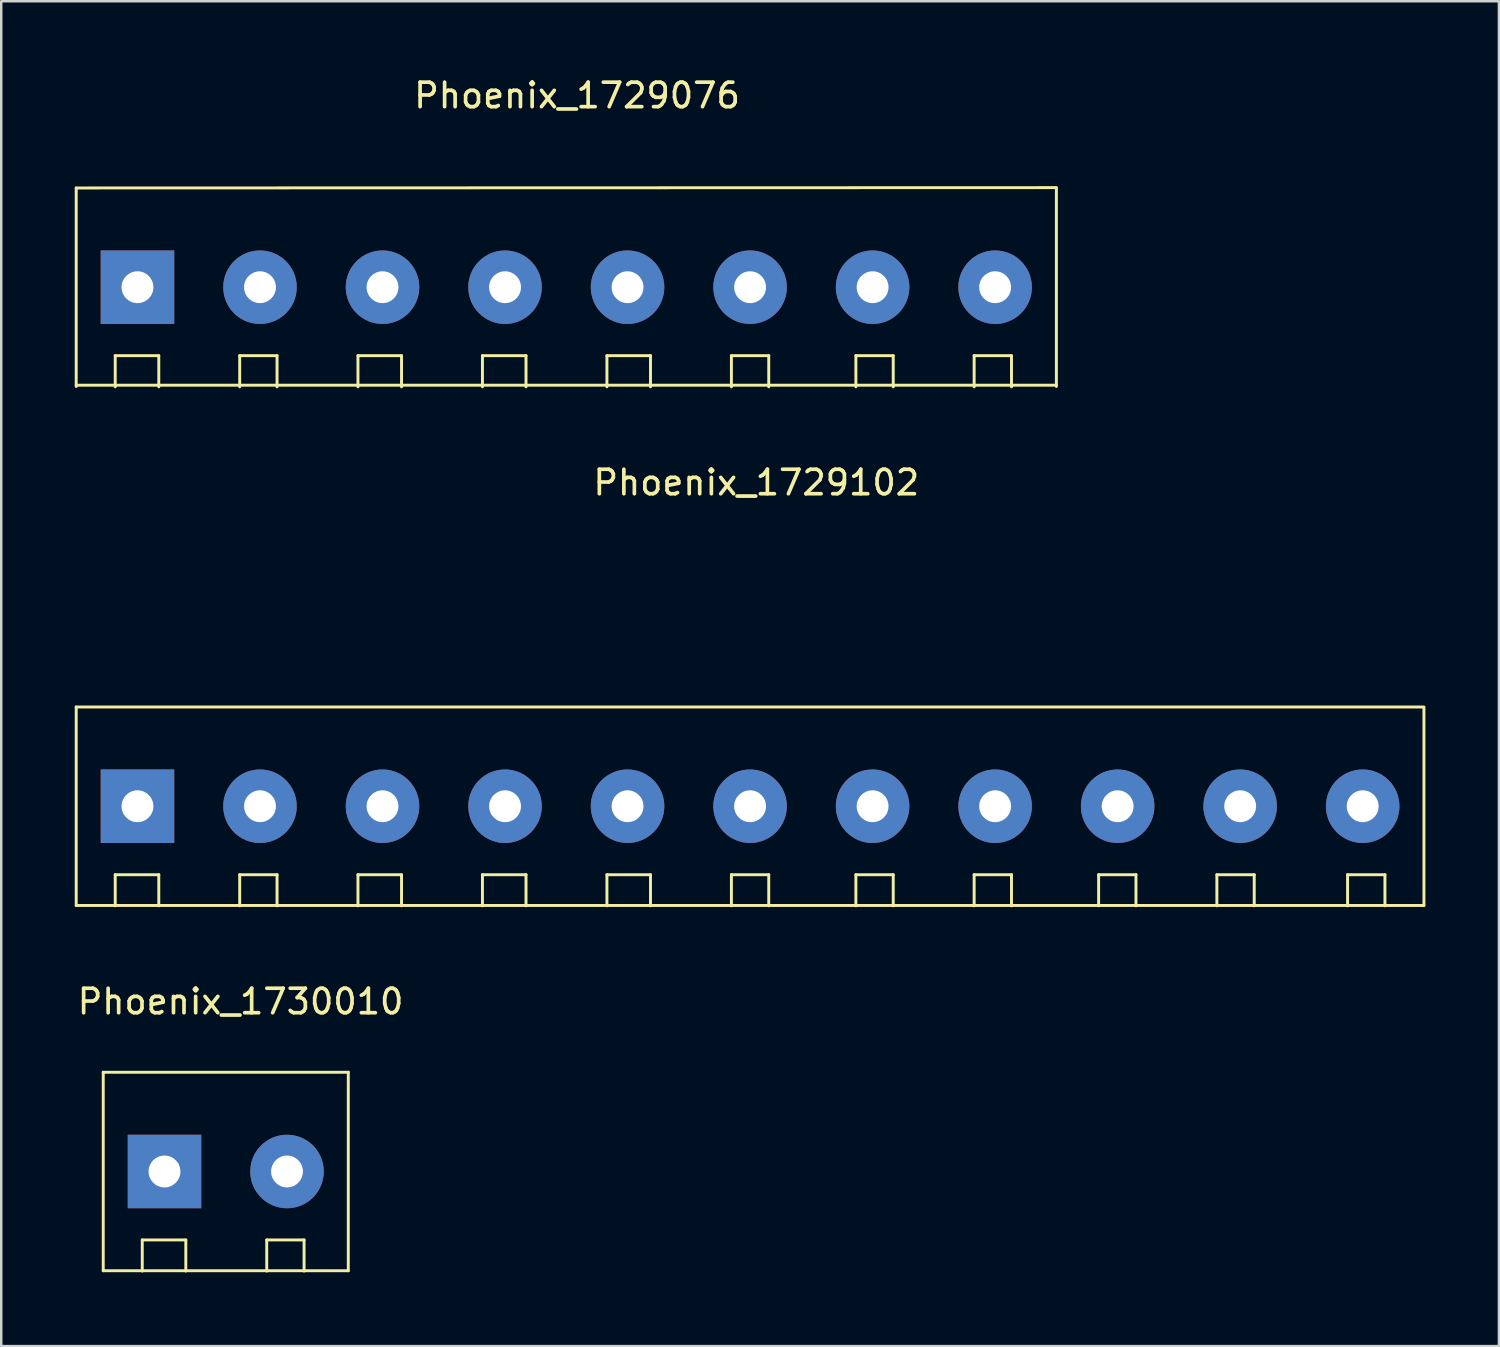
<source format=kicad_pcb>
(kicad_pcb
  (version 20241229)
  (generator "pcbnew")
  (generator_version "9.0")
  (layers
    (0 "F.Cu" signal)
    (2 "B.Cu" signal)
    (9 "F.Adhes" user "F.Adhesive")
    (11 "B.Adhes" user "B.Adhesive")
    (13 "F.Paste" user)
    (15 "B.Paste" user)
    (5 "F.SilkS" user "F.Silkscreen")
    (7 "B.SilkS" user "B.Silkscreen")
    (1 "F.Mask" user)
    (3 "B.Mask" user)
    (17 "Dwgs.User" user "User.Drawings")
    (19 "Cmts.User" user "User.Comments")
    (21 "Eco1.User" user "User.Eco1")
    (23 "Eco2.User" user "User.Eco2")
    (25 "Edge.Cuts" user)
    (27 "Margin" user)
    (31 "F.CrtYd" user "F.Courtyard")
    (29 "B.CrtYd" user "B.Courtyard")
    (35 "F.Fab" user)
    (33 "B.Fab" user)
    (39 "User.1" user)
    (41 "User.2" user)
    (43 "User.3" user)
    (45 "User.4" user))
  (footprint "Phoenix_1729076"
    (layer "F.Cu")
    (at 27.56 8.671)
    (property "Reference" "Phoenix_1729076" (at -7.061 -7.823 0) (layer "F.SilkS") (effects (font (size 1 1) (thickness 0.15))))
    (attr through_hole)
    (fp_line (start -27.5 -4.05) (end 12.497 -4.064) (stroke (width 0.12) (type solid)) (layer "F.SilkS"))
    (fp_line (start -27.5 4) (end 12.5 4) (stroke (width 0.12) (type solid)) (layer "F.SilkS"))
    (fp_line (start -27.5 4.05) (end -27.5 -4.05) (stroke (width 0.12) (type solid)) (layer "F.SilkS"))
    (fp_line (start -25.908 2.794) (end -24.13 2.794) (stroke (width 0.12) (type solid)) (layer "F.SilkS"))
    (fp_line (start -25.908 4.064) (end -25.908 2.794) (stroke (width 0.12) (type solid)) (layer "F.SilkS"))
    (fp_line (start -24.13 2.794) (end -24.13 4.064) (stroke (width 0.12) (type solid)) (layer "F.SilkS"))
    (fp_line (start -20.828 2.794) (end -19.304 2.794) (stroke (width 0.12) (type solid)) (layer "F.SilkS"))
    (fp_line (start -20.828 4.064) (end -20.828 2.794) (stroke (width 0.12) (type solid)) (layer "F.SilkS"))
    (fp_line (start -19.304 2.794) (end -19.304 4.064) (stroke (width 0.12) (type solid)) (layer "F.SilkS"))
    (fp_line (start -16.002 2.794) (end -14.224 2.794) (stroke (width 0.12) (type solid)) (layer "F.SilkS"))
    (fp_line (start -16.002 4.064) (end -16.002 2.794) (stroke (width 0.12) (type solid)) (layer "F.SilkS"))
    (fp_line (start -14.224 2.794) (end -14.224 4.064) (stroke (width 0.12) (type solid)) (layer "F.SilkS"))
    (fp_line (start -10.922 2.794) (end -9.144 2.794) (stroke (width 0.12) (type solid)) (layer "F.SilkS"))
    (fp_line (start -10.922 4.064) (end -10.922 2.794) (stroke (width 0.12) (type solid)) (layer "F.SilkS"))
    (fp_line (start -9.144 2.794) (end -9.144 4.064) (stroke (width 0.12) (type solid)) (layer "F.SilkS"))
    (fp_line (start -5.842 2.794) (end -4.064 2.794) (stroke (width 0.12) (type solid)) (layer "F.SilkS"))
    (fp_line (start -5.842 4.064) (end -5.842 2.794) (stroke (width 0.12) (type solid)) (layer "F.SilkS"))
    (fp_line (start -4.064 2.794) (end -4.064 4.064) (stroke (width 0.12) (type solid)) (layer "F.SilkS"))
    (fp_line (start -0.762 2.794) (end 0.762 2.794) (stroke (width 0.12) (type solid)) (layer "F.SilkS"))
    (fp_line (start -0.762 4.064) (end -0.762 2.794) (stroke (width 0.12) (type solid)) (layer "F.SilkS"))
    (fp_line (start 0.762 2.794) (end 0.762 4.064) (stroke (width 0.12) (type solid)) (layer "F.SilkS"))
    (fp_line (start 4.318 2.794) (end 5.842 2.794) (stroke (width 0.12) (type solid)) (layer "F.SilkS"))
    (fp_line (start 4.318 4.064) (end 4.318 2.794) (stroke (width 0.12) (type solid)) (layer "F.SilkS"))
    (fp_line (start 5.842 2.794) (end 5.842 4.064) (stroke (width 0.12) (type solid)) (layer "F.SilkS"))
    (fp_line (start 9.144 2.794) (end 10.668 2.794) (stroke (width 0.12) (type solid)) (layer "F.SilkS"))
    (fp_line (start 9.144 4.064) (end 9.144 2.794) (stroke (width 0.12) (type solid)) (layer "F.SilkS"))
    (fp_line (start 10.668 2.794) (end 10.668 4.064) (stroke (width 0.12) (type solid)) (layer "F.SilkS"))
    (fp_line (start 12.5 -4.05) (end 12.5 4.05) (stroke (width 0.12) (type solid)) (layer "F.SilkS"))
    (pad "1" thru_hole rect (at -25 0) (size 3 3) (drill 1.3) (layers "*.Cu" "*.Mask"))
    (pad "2" thru_hole circle (at -20 0) (size 3 3) (drill 1.3) (layers "*.Cu" "*.Mask"))
    (pad "3" thru_hole circle (at -15 0) (size 3 3) (drill 1.3) (layers "*.Cu" "*.Mask"))
    (pad "4" thru_hole circle (at -10 0) (size 3 3) (drill 1.3) (layers "*.Cu" "*.Mask"))
    (pad "5" thru_hole circle (at -5 0) (size 3 3) (drill 1.3) (layers "*.Cu" "*.Mask"))
    (pad "6" thru_hole circle (at 0 0) (size 3 3) (drill 1.3) (layers "*.Cu" "*.Mask"))
    (pad "7" thru_hole circle (at 5 0) (size 3 3) (drill 1.3) (layers "*.Cu" "*.Mask"))
    (pad "8" thru_hole circle (at 10 0) (size 3 3) (drill 1.3) (layers "*.Cu" "*.Mask")))
  (footprint "Phoenix_1730010"
    (layer "F.Cu")
    (at 28.663 44.758)
    (property "Reference" "Phoenix_1730010" (at -21.895 -6.934 0) (layer "F.SilkS") (effects (font (size 1 1) (thickness 0.15))))
    (attr through_hole)
    (fp_line (start -27.5 -4.05) (end -17.5 -4.05) (stroke (width 0.12) (type solid)) (layer "F.SilkS"))
    (fp_line (start -27.5 4.05) (end -27.5 -4.05) (stroke (width 0.12) (type solid)) (layer "F.SilkS"))
    (fp_line (start -27.5 4.05) (end -17.5 4.05) (stroke (width 0.12) (type solid)) (layer "F.SilkS"))
    (fp_line (start -25.908 2.794) (end -24.13 2.794) (stroke (width 0.12) (type solid)) (layer "F.SilkS"))
    (fp_line (start -25.908 4.064) (end -25.908 2.794) (stroke (width 0.12) (type solid)) (layer "F.SilkS"))
    (fp_line (start -24.13 2.794) (end -24.13 4.064) (stroke (width 0.12) (type solid)) (layer "F.SilkS"))
    (fp_line (start -20.828 2.794) (end -19.304 2.794) (stroke (width 0.12) (type solid)) (layer "F.SilkS"))
    (fp_line (start -20.828 4.064) (end -20.828 2.794) (stroke (width 0.12) (type solid)) (layer "F.SilkS"))
    (fp_line (start -19.304 2.794) (end -19.304 4.064) (stroke (width 0.12) (type solid)) (layer "F.SilkS"))
    (fp_line (start -17.5 -4.05) (end -17.5 4.05) (stroke (width 0.12) (type solid)) (layer "F.SilkS"))
    (pad "1" thru_hole rect (at -25 0) (size 3 3) (drill 1.3) (layers "*.Cu" "*.Mask"))
    (pad "2" thru_hole circle (at -20 0) (size 3 3) (drill 1.3) (layers "*.Cu" "*.Mask")))
  (footprint "Phoenix_1729102"
    (layer "F.Cu")
    (at 27.56 29.852)
    (property "Reference" "Phoenix_1729102" (at 0.254 -13.208 0) (layer "F.SilkS") (effects (font (size 1 1) (thickness 0.15))))
    (attr through_hole)
    (fp_line (start -27.5 -4.05) (end 27.5 -4.05) (stroke (width 0.12) (type solid)) (layer "F.SilkS"))
    (fp_line (start -27.5 4.05) (end -27.5 -4.05) (stroke (width 0.12) (type solid)) (layer "F.SilkS"))
    (fp_line (start -27.5 4.05) (end 27.5 4.05) (stroke (width 0.12) (type solid)) (layer "F.SilkS"))
    (fp_line (start -25.908 2.794) (end -24.13 2.794) (stroke (width 0.12) (type solid)) (layer "F.SilkS"))
    (fp_line (start -25.908 4.064) (end -25.908 2.794) (stroke (width 0.12) (type solid)) (layer "F.SilkS"))
    (fp_line (start -24.13 2.794) (end -24.13 4.064) (stroke (width 0.12) (type solid)) (layer "F.SilkS"))
    (fp_line (start -20.828 2.794) (end -19.304 2.794) (stroke (width 0.12) (type solid)) (layer "F.SilkS"))
    (fp_line (start -20.828 4.064) (end -20.828 2.794) (stroke (width 0.12) (type solid)) (layer "F.SilkS"))
    (fp_line (start -19.304 2.794) (end -19.304 4.064) (stroke (width 0.12) (type solid)) (layer "F.SilkS"))
    (fp_line (start -16.002 2.794) (end -14.224 2.794) (stroke (width 0.12) (type solid)) (layer "F.SilkS"))
    (fp_line (start -16.002 4.064) (end -16.002 2.794) (stroke (width 0.12) (type solid)) (layer "F.SilkS"))
    (fp_line (start -14.224 2.794) (end -14.224 4.064) (stroke (width 0.12) (type solid)) (layer "F.SilkS"))
    (fp_line (start -10.922 2.794) (end -9.144 2.794) (stroke (width 0.12) (type solid)) (layer "F.SilkS"))
    (fp_line (start -10.922 4.064) (end -10.922 2.794) (stroke (width 0.12) (type solid)) (layer "F.SilkS"))
    (fp_line (start -9.144 2.794) (end -9.144 4.064) (stroke (width 0.12) (type solid)) (layer "F.SilkS"))
    (fp_line (start -5.842 2.794) (end -4.064 2.794) (stroke (width 0.12) (type solid)) (layer "F.SilkS"))
    (fp_line (start -5.842 4.064) (end -5.842 2.794) (stroke (width 0.12) (type solid)) (layer "F.SilkS"))
    (fp_line (start -4.064 2.794) (end -4.064 4.064) (stroke (width 0.12) (type solid)) (layer "F.SilkS"))
    (fp_line (start -0.762 2.794) (end 0.762 2.794) (stroke (width 0.12) (type solid)) (layer "F.SilkS"))
    (fp_line (start -0.762 4.064) (end -0.762 2.794) (stroke (width 0.12) (type solid)) (layer "F.SilkS"))
    (fp_line (start 0.762 2.794) (end 0.762 4.064) (stroke (width 0.12) (type solid)) (layer "F.SilkS"))
    (fp_line (start 4.318 2.794) (end 5.842 2.794) (stroke (width 0.12) (type solid)) (layer "F.SilkS"))
    (fp_line (start 4.318 4.064) (end 4.318 2.794) (stroke (width 0.12) (type solid)) (layer "F.SilkS"))
    (fp_line (start 5.842 2.794) (end 5.842 4.064) (stroke (width 0.12) (type solid)) (layer "F.SilkS"))
    (fp_line (start 9.144 2.794) (end 10.668 2.794) (stroke (width 0.12) (type solid)) (layer "F.SilkS"))
    (fp_line (start 9.144 4.064) (end 9.144 2.794) (stroke (width 0.12) (type solid)) (layer "F.SilkS"))
    (fp_line (start 10.668 2.794) (end 10.668 4.064) (stroke (width 0.12) (type solid)) (layer "F.SilkS"))
    (fp_line (start 14.224 2.794) (end 15.748 2.794) (stroke (width 0.12) (type solid)) (layer "F.SilkS"))
    (fp_line (start 14.224 4.064) (end 14.224 2.794) (stroke (width 0.12) (type solid)) (layer "F.SilkS"))
    (fp_line (start 15.748 2.794) (end 15.748 4.064) (stroke (width 0.12) (type solid)) (layer "F.SilkS"))
    (fp_line (start 19.05 2.794) (end 20.574 2.794) (stroke (width 0.12) (type solid)) (layer "F.SilkS"))
    (fp_line (start 19.05 4.064) (end 19.05 2.794) (stroke (width 0.12) (type solid)) (layer "F.SilkS"))
    (fp_line (start 20.574 2.794) (end 20.574 4.064) (stroke (width 0.12) (type solid)) (layer "F.SilkS"))
    (fp_line (start 24.384 2.794) (end 25.908 2.794) (stroke (width 0.12) (type solid)) (layer "F.SilkS"))
    (fp_line (start 24.384 4.064) (end 24.384 2.794) (stroke (width 0.12) (type solid)) (layer "F.SilkS"))
    (fp_line (start 25.908 2.794) (end 25.908 4.064) (stroke (width 0.12) (type solid)) (layer "F.SilkS"))
    (fp_line (start 27.5 -4.005) (end 27.5 4.05) (stroke (width 0.12) (type solid)) (layer "F.SilkS"))
    (pad "1" thru_hole rect (at -25 0) (size 3 3) (drill 1.3) (layers "*.Cu" "*.Mask"))
    (pad "2" thru_hole circle (at -20 0) (size 3 3) (drill 1.3) (layers "*.Cu" "*.Mask"))
    (pad "3" thru_hole circle (at -15 0) (size 3 3) (drill 1.3) (layers "*.Cu" "*.Mask"))
    (pad "4" thru_hole circle (at -10 0) (size 3 3) (drill 1.3) (layers "*.Cu" "*.Mask"))
    (pad "5" thru_hole circle (at -5 0) (size 3 3) (drill 1.3) (layers "*.Cu" "*.Mask"))
    (pad "6" thru_hole circle (at 0 0) (size 3 3) (drill 1.3) (layers "*.Cu" "*.Mask"))
    (pad "7" thru_hole circle (at 5 0) (size 3 3) (drill 1.3) (layers "*.Cu" "*.Mask"))
    (pad "8" thru_hole circle (at 10 0) (size 3 3) (drill 1.3) (layers "*.Cu" "*.Mask"))
    (pad "9" thru_hole circle (at 15 0) (size 3 3) (drill 1.3) (layers "*.Cu" "*.Mask"))
    (pad "10" thru_hole circle (at 20 0) (size 3 3) (drill 1.3) (layers "*.Cu" "*.Mask"))
    (pad "11" thru_hole circle (at 25 0) (size 3 3) (drill 1.3) (layers "*.Cu" "*.Mask")))
  (gr_rect
    (start -3 -3)
    (end 58.12 51.882)
    (stroke (width 0.1) (type default))
    (fill no)
    (layer "Edge.Cuts")))
</source>
